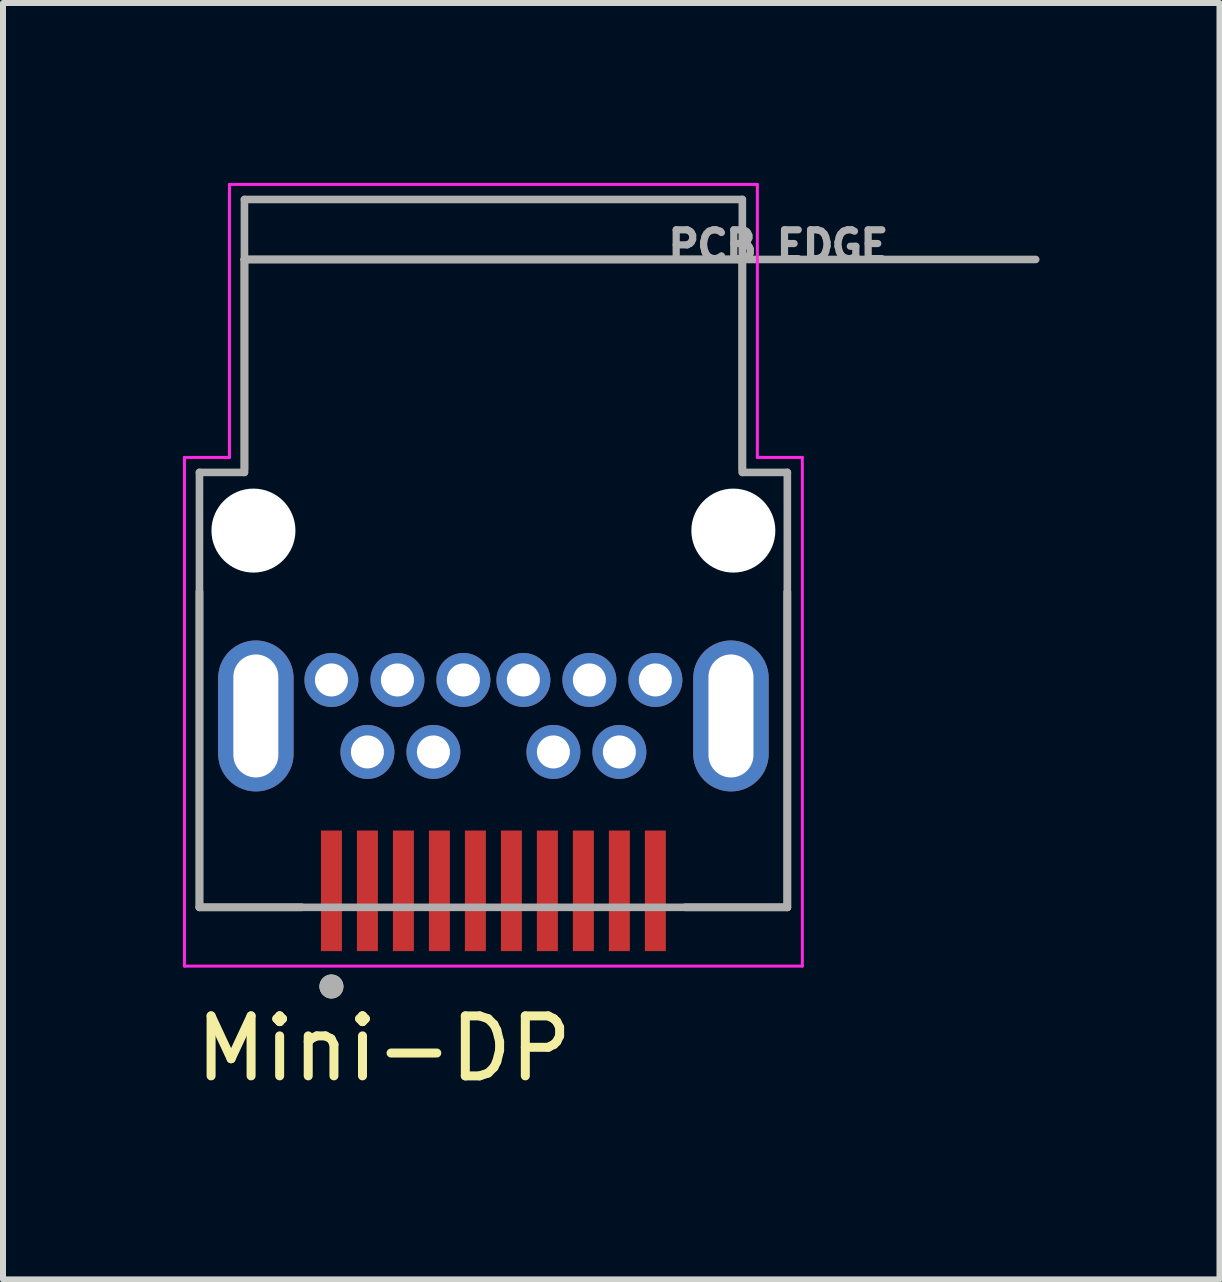
<source format=kicad_pcb>
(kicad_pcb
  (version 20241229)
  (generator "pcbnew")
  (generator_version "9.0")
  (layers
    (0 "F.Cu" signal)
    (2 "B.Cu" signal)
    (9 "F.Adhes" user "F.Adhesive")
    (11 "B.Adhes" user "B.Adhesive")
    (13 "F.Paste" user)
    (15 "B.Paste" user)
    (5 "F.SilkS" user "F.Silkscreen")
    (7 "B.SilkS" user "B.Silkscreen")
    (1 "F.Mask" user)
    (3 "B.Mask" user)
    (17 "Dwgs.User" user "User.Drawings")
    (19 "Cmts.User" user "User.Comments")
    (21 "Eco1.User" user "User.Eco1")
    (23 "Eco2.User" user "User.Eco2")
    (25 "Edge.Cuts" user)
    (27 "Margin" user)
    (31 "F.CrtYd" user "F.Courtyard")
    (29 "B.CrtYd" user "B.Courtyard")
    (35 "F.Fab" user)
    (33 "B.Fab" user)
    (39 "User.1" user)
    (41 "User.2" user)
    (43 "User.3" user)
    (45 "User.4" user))
  (footprint "Mini-DP"
    (layer "F.Cu")
    (at 5.175 5.795)
    (property "Reference" "Mini-DP" (at -1.825 8.635 0) (layer "F.SilkS") (effects (font (size 1 1) (thickness 0.15))))
    (attr through_hole)
    (fp_line (start -4.9 6.28) (end -4.9 1.02) (stroke (width 0.127) (type solid)) (layer "F.SilkS"))
    (fp_line (start -4.15 -4.52) (end 4.15 -4.52) (stroke (width 0.127) (type solid)) (layer "F.SilkS"))
    (fp_line (start -4.15 -1.02) (end -4.15 -4.52) (stroke (width 0.127) (type solid)) (layer "F.SilkS"))
    (fp_line (start -3.195 6.28) (end -4.9 6.28) (stroke (width 0.127) (type solid)) (layer "F.SilkS"))
    (fp_line (start 4.15 -4.52) (end 4.15 -1.02) (stroke (width 0.127) (type solid)) (layer "F.SilkS"))
    (fp_line (start 4.9 1.02) (end 4.9 6.28) (stroke (width 0.127) (type solid)) (layer "F.SilkS"))
    (fp_line (start 4.9 6.28) (end 3.195 6.28) (stroke (width 0.127) (type solid)) (layer "F.SilkS"))
    (fp_circle (center -2.7 7.6) (end -2.6 7.6) (stroke (width 0.2) (type solid)) (fill no) (layer "F.SilkS"))
    (fp_line (start -5.15 -1.22) (end -4.4 -1.22) (stroke (width 0.05) (type solid)) (layer "F.CrtYd"))
    (fp_line (start -5.15 7.26) (end -5.15 -1.22) (stroke (width 0.05) (type solid)) (layer "F.CrtYd"))
    (fp_line (start -4.4 -5.77) (end 4.4 -5.77) (stroke (width 0.05) (type solid)) (layer "F.CrtYd"))
    (fp_line (start -4.4 -1.22) (end -4.4 -5.77) (stroke (width 0.05) (type solid)) (layer "F.CrtYd"))
    (fp_line (start 4.4 -5.77) (end 4.4 -1.22) (stroke (width 0.05) (type solid)) (layer "F.CrtYd"))
    (fp_line (start 4.4 -1.22) (end 5.15 -1.22) (stroke (width 0.05) (type solid)) (layer "F.CrtYd"))
    (fp_line (start 5.15 -1.22) (end 5.15 7.26) (stroke (width 0.05) (type solid)) (layer "F.CrtYd"))
    (fp_line (start 5.15 7.26) (end -5.15 7.26) (stroke (width 0.05) (type solid)) (layer "F.CrtYd"))
    (fp_line (start -4.9 -0.97) (end -4.15 -0.97) (stroke (width 0.127) (type solid)) (layer "F.Fab"))
    (fp_line (start -4.9 6.28) (end -4.9 -0.97) (stroke (width 0.127) (type solid)) (layer "F.Fab"))
    (fp_line (start -4.15 -5.52) (end 4.15 -5.52) (stroke (width 0.127) (type solid)) (layer "F.Fab"))
    (fp_line (start -4.15 -4.52) (end -4.15 -5.52) (stroke (width 0.127) (type solid)) (layer "F.Fab"))
    (fp_line (start -4.15 -4.52) (end 9.04 -4.52) (stroke (width 0.127) (type solid)) (layer "F.Fab"))
    (fp_line (start -4.15 -0.97) (end -4.15 -4.52) (stroke (width 0.127) (type solid)) (layer "F.Fab"))
    (fp_line (start 4.15 -5.52) (end 4.15 -0.97) (stroke (width 0.127) (type solid)) (layer "F.Fab"))
    (fp_line (start 4.15 -0.97) (end 4.9 -0.97) (stroke (width 0.127) (type solid)) (layer "F.Fab"))
    (fp_line (start 4.9 -0.97) (end 4.9 6.28) (stroke (width 0.127) (type solid)) (layer "F.Fab"))
    (fp_line (start 4.9 6.28) (end -4.9 6.28) (stroke (width 0.127) (type solid)) (layer "F.Fab"))
    (fp_circle (center -2.7 7.6) (end -2.6 7.6) (stroke (width 0.2) (type solid)) (fill no) (layer "F.Fab"))
    (fp_text user "PCB EDGE" (at 4.75 -4.75 0) (layer "F.Fab") (effects (font (size 0.48 0.48) (thickness 0.15))))
    (pad "" np_thru_hole circle (at -4 0) (size 1.4 1.4) (drill 1.4) (layers "*.Cu" "*.Mask"))
    (pad "" np_thru_hole circle (at 4 0) (size 1.4 1.4) (drill 1.4) (layers "*.Cu" "*.Mask"))
    (pad "1" smd rect (at -2.7 6.005) (size 0.35 2.01) (layers "F.Cu" "F.Mask" "F.Paste"))
    (pad "2" thru_hole circle (at -2.7 2.49) (size 0.9 0.9) (drill 0.55) (layers "*.Cu" "*.Mask"))
    (pad "3" smd rect (at -2.1 6.005) (size 0.35 2.01) (layers "F.Cu" "F.Mask" "F.Paste"))
    (pad "4" thru_hole circle (at -2.1 3.69) (size 0.9 0.9) (drill 0.55) (layers "*.Cu" "*.Mask"))
    (pad "5" smd rect (at -1.5 6.005) (size 0.35 2.01) (layers "F.Cu" "F.Mask" "F.Paste"))
    (pad "6" thru_hole circle (at -1.6 2.49) (size 0.9 0.9) (drill 0.55) (layers "*.Cu" "*.Mask"))
    (pad "7" smd rect (at -0.9 6.005) (size 0.35 2.01) (layers "F.Cu" "F.Mask" "F.Paste"))
    (pad "8" thru_hole circle (at -1 3.69) (size 0.9 0.9) (drill 0.55) (layers "*.Cu" "*.Mask"))
    (pad "9" smd rect (at -0.3 6.005) (size 0.35 2.01) (layers "F.Cu" "F.Mask" "F.Paste"))
    (pad "10" thru_hole circle (at -0.5 2.49) (size 0.9 0.9) (drill 0.55) (layers "*.Cu" "*.Mask"))
    (pad "11" smd rect (at 0.3 6.005) (size 0.35 2.01) (layers "F.Cu" "F.Mask" "F.Paste"))
    (pad "12" thru_hole circle (at 0.5 2.49) (size 0.9 0.9) (drill 0.55) (layers "*.Cu" "*.Mask"))
    (pad "13" smd rect (at 0.9 6.005) (size 0.35 2.01) (layers "F.Cu" "F.Mask" "F.Paste"))
    (pad "14" thru_hole circle (at 1 3.69) (size 0.9 0.9) (drill 0.55) (layers "*.Cu" "*.Mask"))
    (pad "15" smd rect (at 1.5 6.005) (size 0.35 2.01) (layers "F.Cu" "F.Mask" "F.Paste"))
    (pad "16" thru_hole circle (at 1.6 2.49) (size 0.9 0.9) (drill 0.55) (layers "*.Cu" "*.Mask"))
    (pad "17" smd rect (at 2.1 6.005) (size 0.35 2.01) (layers "F.Cu" "F.Mask" "F.Paste"))
    (pad "18" thru_hole circle (at 2.1 3.69) (size 0.9 0.9) (drill 0.55) (layers "*.Cu" "*.Mask"))
    (pad "19" smd rect (at 2.7 6.005) (size 0.35 2.01) (layers "F.Cu" "F.Mask" "F.Paste"))
    (pad "20" thru_hole circle (at 2.7 2.49) (size 0.9 0.9) (drill 0.55) (layers "*.Cu" "*.Mask"))
    (pad "S1" thru_hole oval (at -3.96 3.09) (size 1.258 2.516) (drill oval 0.75 2.05) (layers "*.Cu" "*.Mask"))
    (pad "S2" thru_hole oval (at 3.96 3.09) (size 1.258 2.516) (drill oval 0.75 2.05) (layers "*.Cu" "*.Mask")))
  (gr_rect
    (start -3 -3)
    (end 17.279 18.278)
    (stroke (width 0.1) (type default))
    (fill no)
    (layer "Edge.Cuts")))
</source>
